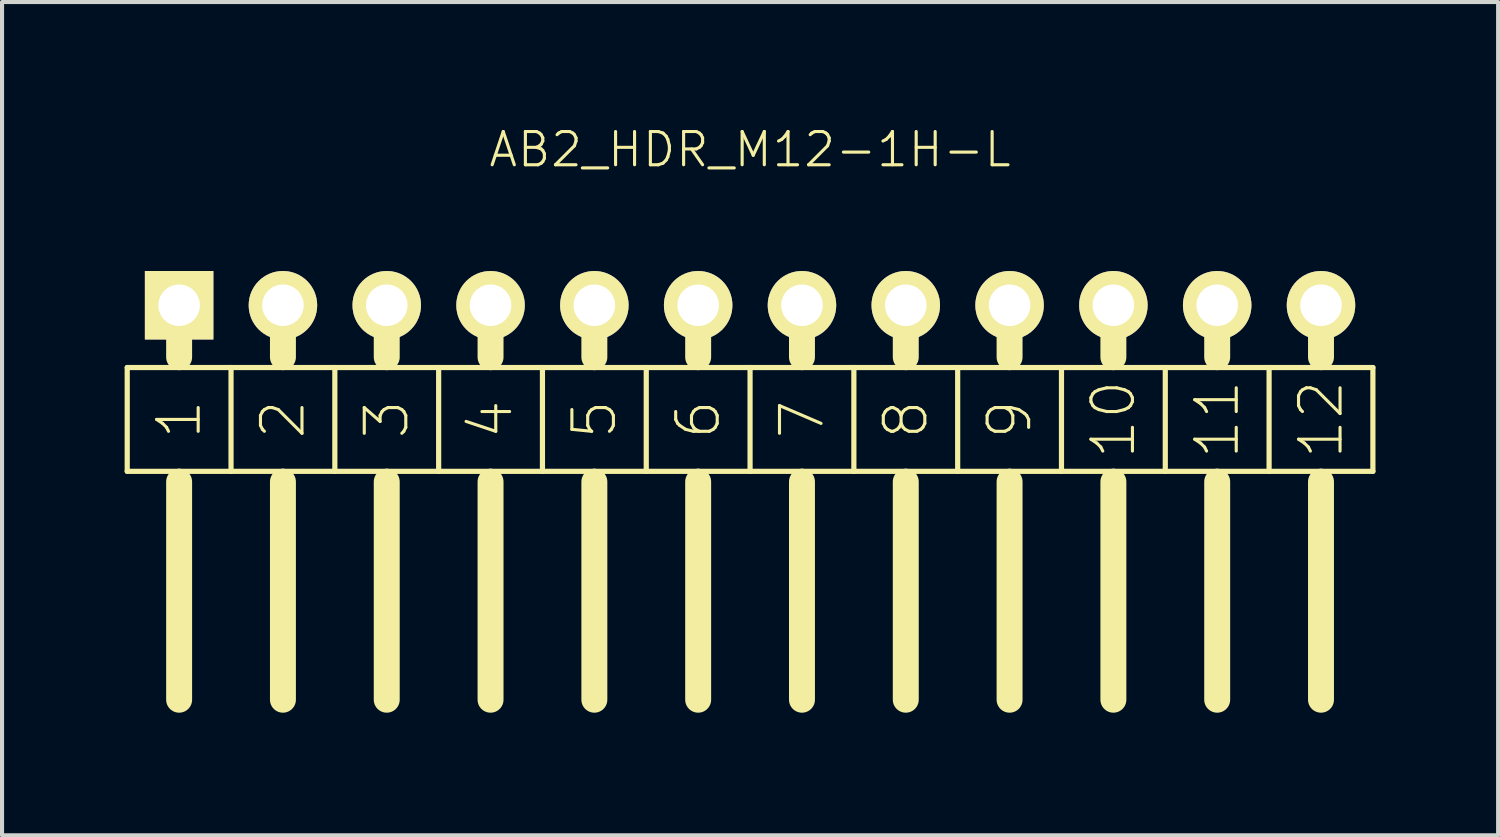
<source format=kicad_pcb>
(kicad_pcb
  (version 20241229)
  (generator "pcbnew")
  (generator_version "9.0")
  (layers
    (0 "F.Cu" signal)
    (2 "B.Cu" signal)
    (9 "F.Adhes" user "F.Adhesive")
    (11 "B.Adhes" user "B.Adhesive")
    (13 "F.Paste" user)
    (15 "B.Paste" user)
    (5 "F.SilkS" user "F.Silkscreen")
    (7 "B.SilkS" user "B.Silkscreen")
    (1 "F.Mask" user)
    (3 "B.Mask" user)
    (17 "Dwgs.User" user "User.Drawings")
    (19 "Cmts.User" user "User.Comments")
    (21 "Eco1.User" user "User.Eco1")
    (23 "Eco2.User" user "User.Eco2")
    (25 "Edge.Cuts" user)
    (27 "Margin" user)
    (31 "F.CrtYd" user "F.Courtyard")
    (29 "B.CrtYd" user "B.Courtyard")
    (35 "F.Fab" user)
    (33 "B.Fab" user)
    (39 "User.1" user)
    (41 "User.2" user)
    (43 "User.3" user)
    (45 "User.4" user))
  (footprint "AB2_HDR_M12-1H-L"
    (layer "F.Cu")
    (at 15.303 4.419)
    (property "Reference" "AB2_HDR_M12-1H-L" (at 0 -3.81 0) (layer "F.SilkS") (effects (font (size 0.813 0.813) (thickness 0.076))))
    (attr through_hole)
    (fp_line (start -15.24 1.524) (end -15.24 4.064) (stroke (width 0.127) (type solid)) (layer "F.SilkS"))
    (fp_line (start -15.24 4.064) (end -13.97 4.064) (stroke (width 0.127) (type solid)) (layer "F.SilkS"))
    (fp_line (start -13.97 0) (end -13.97 1.27) (stroke (width 0.635) (type solid)) (layer "F.SilkS"))
    (fp_line (start -13.97 1.524) (end -15.24 1.524) (stroke (width 0.127) (type solid)) (layer "F.SilkS"))
    (fp_line (start -13.97 4.064) (end -12.7 4.064) (stroke (width 0.127) (type solid)) (layer "F.SilkS"))
    (fp_line (start -13.97 4.318) (end -13.97 9.652) (stroke (width 0.635) (type solid)) (layer "F.SilkS"))
    (fp_line (start -12.7 1.524) (end -13.97 1.524) (stroke (width 0.127) (type solid)) (layer "F.SilkS"))
    (fp_line (start -12.7 4.064) (end -12.7 1.524) (stroke (width 0.127) (type solid)) (layer "F.SilkS"))
    (fp_line (start -12.7 4.064) (end -11.43 4.064) (stroke (width 0.127) (type solid)) (layer "F.SilkS"))
    (fp_line (start -11.43 0) (end -11.43 1.27) (stroke (width 0.635) (type solid)) (layer "F.SilkS"))
    (fp_line (start -11.43 1.524) (end -12.7 1.524) (stroke (width 0.127) (type solid)) (layer "F.SilkS"))
    (fp_line (start -11.43 4.064) (end -10.16 4.064) (stroke (width 0.127) (type solid)) (layer "F.SilkS"))
    (fp_line (start -11.43 4.318) (end -11.43 9.652) (stroke (width 0.635) (type solid)) (layer "F.SilkS"))
    (fp_line (start -10.16 1.524) (end -11.43 1.524) (stroke (width 0.127) (type solid)) (layer "F.SilkS"))
    (fp_line (start -10.16 4.064) (end -10.16 1.524) (stroke (width 0.127) (type solid)) (layer "F.SilkS"))
    (fp_line (start -10.16 4.064) (end -8.89 4.064) (stroke (width 0.127) (type solid)) (layer "F.SilkS"))
    (fp_line (start -8.89 0) (end -8.89 1.27) (stroke (width 0.635) (type solid)) (layer "F.SilkS"))
    (fp_line (start -8.89 1.524) (end -10.16 1.524) (stroke (width 0.127) (type solid)) (layer "F.SilkS"))
    (fp_line (start -8.89 4.064) (end -7.62 4.064) (stroke (width 0.127) (type solid)) (layer "F.SilkS"))
    (fp_line (start -8.89 4.318) (end -8.89 9.652) (stroke (width 0.635) (type solid)) (layer "F.SilkS"))
    (fp_line (start -7.62 1.524) (end -8.89 1.524) (stroke (width 0.127) (type solid)) (layer "F.SilkS"))
    (fp_line (start -7.62 4.064) (end -7.62 1.524) (stroke (width 0.127) (type solid)) (layer "F.SilkS"))
    (fp_line (start -7.62 4.064) (end -6.35 4.064) (stroke (width 0.127) (type solid)) (layer "F.SilkS"))
    (fp_line (start -6.35 0) (end -6.35 1.27) (stroke (width 0.635) (type solid)) (layer "F.SilkS"))
    (fp_line (start -6.35 1.524) (end -7.62 1.524) (stroke (width 0.127) (type solid)) (layer "F.SilkS"))
    (fp_line (start -6.35 4.064) (end -5.08 4.064) (stroke (width 0.127) (type solid)) (layer "F.SilkS"))
    (fp_line (start -6.35 4.318) (end -6.35 9.652) (stroke (width 0.635) (type solid)) (layer "F.SilkS"))
    (fp_line (start -5.08 1.524) (end -6.35 1.524) (stroke (width 0.127) (type solid)) (layer "F.SilkS"))
    (fp_line (start -5.08 4.064) (end -5.08 1.524) (stroke (width 0.127) (type solid)) (layer "F.SilkS"))
    (fp_line (start -5.08 4.064) (end -3.81 4.064) (stroke (width 0.127) (type solid)) (layer "F.SilkS"))
    (fp_line (start -3.81 0) (end -3.81 1.27) (stroke (width 0.635) (type solid)) (layer "F.SilkS"))
    (fp_line (start -3.81 1.524) (end -5.08 1.524) (stroke (width 0.127) (type solid)) (layer "F.SilkS"))
    (fp_line (start -3.81 4.064) (end -2.54 4.064) (stroke (width 0.127) (type solid)) (layer "F.SilkS"))
    (fp_line (start -3.81 4.318) (end -3.81 9.652) (stroke (width 0.635) (type solid)) (layer "F.SilkS"))
    (fp_line (start -2.54 1.524) (end -3.81 1.524) (stroke (width 0.127) (type solid)) (layer "F.SilkS"))
    (fp_line (start -2.54 4.064) (end -2.54 1.524) (stroke (width 0.127) (type solid)) (layer "F.SilkS"))
    (fp_line (start -2.54 4.064) (end -1.27 4.064) (stroke (width 0.127) (type solid)) (layer "F.SilkS"))
    (fp_line (start -1.27 0) (end -1.27 1.27) (stroke (width 0.635) (type solid)) (layer "F.SilkS"))
    (fp_line (start -1.27 1.524) (end -2.54 1.524) (stroke (width 0.127) (type solid)) (layer "F.SilkS"))
    (fp_line (start -1.27 4.064) (end 0 4.064) (stroke (width 0.127) (type solid)) (layer "F.SilkS"))
    (fp_line (start -1.27 4.318) (end -1.27 9.652) (stroke (width 0.635) (type solid)) (layer "F.SilkS"))
    (fp_line (start 0 1.524) (end -1.27 1.524) (stroke (width 0.127) (type solid)) (layer "F.SilkS"))
    (fp_line (start 0 4.064) (end 0 1.524) (stroke (width 0.127) (type solid)) (layer "F.SilkS"))
    (fp_line (start 0 4.064) (end 1.27 4.064) (stroke (width 0.127) (type solid)) (layer "F.SilkS"))
    (fp_line (start 1.27 0) (end 1.27 1.27) (stroke (width 0.635) (type solid)) (layer "F.SilkS"))
    (fp_line (start 1.27 1.524) (end 0 1.524) (stroke (width 0.127) (type solid)) (layer "F.SilkS"))
    (fp_line (start 1.27 4.064) (end 2.54 4.064) (stroke (width 0.127) (type solid)) (layer "F.SilkS"))
    (fp_line (start 1.27 4.318) (end 1.27 9.652) (stroke (width 0.635) (type solid)) (layer "F.SilkS"))
    (fp_line (start 2.54 1.524) (end 1.27 1.524) (stroke (width 0.127) (type solid)) (layer "F.SilkS"))
    (fp_line (start 2.54 4.064) (end 2.54 1.524) (stroke (width 0.127) (type solid)) (layer "F.SilkS"))
    (fp_line (start 2.54 4.064) (end 3.81 4.064) (stroke (width 0.127) (type solid)) (layer "F.SilkS"))
    (fp_line (start 3.81 0) (end 3.81 1.27) (stroke (width 0.635) (type solid)) (layer "F.SilkS"))
    (fp_line (start 3.81 1.524) (end 2.54 1.524) (stroke (width 0.127) (type solid)) (layer "F.SilkS"))
    (fp_line (start 3.81 4.064) (end 5.08 4.064) (stroke (width 0.127) (type solid)) (layer "F.SilkS"))
    (fp_line (start 3.81 4.318) (end 3.81 9.652) (stroke (width 0.635) (type solid)) (layer "F.SilkS"))
    (fp_line (start 5.08 1.524) (end 3.81 1.524) (stroke (width 0.127) (type solid)) (layer "F.SilkS"))
    (fp_line (start 5.08 4.064) (end 5.08 1.524) (stroke (width 0.127) (type solid)) (layer "F.SilkS"))
    (fp_line (start 5.08 4.064) (end 6.35 4.064) (stroke (width 0.127) (type solid)) (layer "F.SilkS"))
    (fp_line (start 6.35 0) (end 6.35 1.27) (stroke (width 0.635) (type solid)) (layer "F.SilkS"))
    (fp_line (start 6.35 1.524) (end 5.08 1.524) (stroke (width 0.127) (type solid)) (layer "F.SilkS"))
    (fp_line (start 6.35 4.064) (end 7.62 4.064) (stroke (width 0.127) (type solid)) (layer "F.SilkS"))
    (fp_line (start 6.35 4.318) (end 6.35 9.652) (stroke (width 0.635) (type solid)) (layer "F.SilkS"))
    (fp_line (start 7.62 1.524) (end 6.35 1.524) (stroke (width 0.127) (type solid)) (layer "F.SilkS"))
    (fp_line (start 7.62 4.064) (end 7.62 1.524) (stroke (width 0.127) (type solid)) (layer "F.SilkS"))
    (fp_line (start 7.62 4.064) (end 8.89 4.064) (stroke (width 0.127) (type solid)) (layer "F.SilkS"))
    (fp_line (start 8.89 0) (end 8.89 1.27) (stroke (width 0.635) (type solid)) (layer "F.SilkS"))
    (fp_line (start 8.89 1.524) (end 7.62 1.524) (stroke (width 0.127) (type solid)) (layer "F.SilkS"))
    (fp_line (start 8.89 4.064) (end 10.16 4.064) (stroke (width 0.127) (type solid)) (layer "F.SilkS"))
    (fp_line (start 8.89 4.318) (end 8.89 9.652) (stroke (width 0.635) (type solid)) (layer "F.SilkS"))
    (fp_line (start 10.16 1.524) (end 8.89 1.524) (stroke (width 0.127) (type solid)) (layer "F.SilkS"))
    (fp_line (start 10.16 4.064) (end 10.16 1.524) (stroke (width 0.127) (type solid)) (layer "F.SilkS"))
    (fp_line (start 10.16 4.064) (end 11.43 4.064) (stroke (width 0.127) (type solid)) (layer "F.SilkS"))
    (fp_line (start 11.43 0) (end 11.43 1.27) (stroke (width 0.635) (type solid)) (layer "F.SilkS"))
    (fp_line (start 11.43 1.524) (end 10.16 1.524) (stroke (width 0.127) (type solid)) (layer "F.SilkS"))
    (fp_line (start 11.43 4.064) (end 12.7 4.064) (stroke (width 0.127) (type solid)) (layer "F.SilkS"))
    (fp_line (start 11.43 4.318) (end 11.43 9.652) (stroke (width 0.635) (type solid)) (layer "F.SilkS"))
    (fp_line (start 12.7 1.524) (end 11.43 1.524) (stroke (width 0.127) (type solid)) (layer "F.SilkS"))
    (fp_line (start 12.7 4.064) (end 12.7 1.524) (stroke (width 0.127) (type solid)) (layer "F.SilkS"))
    (fp_line (start 12.7 4.064) (end 13.97 4.064) (stroke (width 0.127) (type solid)) (layer "F.SilkS"))
    (fp_line (start 13.97 0) (end 13.97 1.27) (stroke (width 0.635) (type solid)) (layer "F.SilkS"))
    (fp_line (start 13.97 1.524) (end 12.7 1.524) (stroke (width 0.127) (type solid)) (layer "F.SilkS"))
    (fp_line (start 13.97 4.064) (end 15.24 4.064) (stroke (width 0.127) (type solid)) (layer "F.SilkS"))
    (fp_line (start 13.97 4.318) (end 13.97 9.652) (stroke (width 0.635) (type solid)) (layer "F.SilkS"))
    (fp_line (start 15.24 1.524) (end 13.97 1.524) (stroke (width 0.127) (type solid)) (layer "F.SilkS"))
    (fp_line (start 15.24 4.064) (end 15.24 1.524) (stroke (width 0.127) (type solid)) (layer "F.SilkS"))
    (fp_text user "7" (at 1.27 2.794 90) (layer "F.SilkS") (effects (font (size 1.016 1.016) (thickness 0.076))))
    (fp_text user "10" (at 8.89 2.794 90) (layer "F.SilkS") (effects (font (size 1.016 1.016) (thickness 0.076))))
    (fp_text user "8" (at 3.81 2.794 90) (layer "F.SilkS") (effects (font (size 1.016 1.016) (thickness 0.076))))
    (fp_text user "11" (at 11.43 2.794 90) (layer "F.SilkS") (effects (font (size 1.016 1.016) (thickness 0.076))))
    (fp_text user "5" (at -3.81 2.794 90) (layer "F.SilkS") (effects (font (size 1.016 1.016) (thickness 0.076))))
    (fp_text user "3" (at -8.89 2.794 90) (layer "F.SilkS") (effects (font (size 1.016 1.016) (thickness 0.076))))
    (fp_text user "1" (at -13.97 2.794 90) (layer "F.SilkS") (effects (font (size 1.016 1.016) (thickness 0.076))))
    (fp_text user "9" (at 6.35 2.794 90) (layer "F.SilkS") (effects (font (size 1.016 1.016) (thickness 0.076))))
    (fp_text user "6" (at -1.27 2.794 90) (layer "F.SilkS") (effects (font (size 1.016 1.016) (thickness 0.076))))
    (fp_text user "2" (at -11.43 2.794 90) (layer "F.SilkS") (effects (font (size 1.016 1.016) (thickness 0.076))))
    (fp_text user "12" (at 13.97 2.794 90) (layer "F.SilkS") (effects (font (size 1.016 1.016) (thickness 0.076))))
    (fp_text user "4" (at -6.35 2.794 90) (layer "F.SilkS") (effects (font (size 1.016 1.016) (thickness 0.076))))
    (pad "1" thru_hole rect (at -13.97 0) (size 1.676 1.676) (drill 1.016) (layers "*.Cu" "*.Mask" "F.SilkS"))
    (pad "2" thru_hole circle (at -11.43 0) (size 1.676 1.676) (drill 1.016) (layers "*.Cu" "*.Mask" "F.SilkS"))
    (pad "3" thru_hole circle (at -8.89 0) (size 1.676 1.676) (drill 1.016) (layers "*.Cu" "*.Mask" "F.SilkS"))
    (pad "4" thru_hole circle (at -6.35 0) (size 1.676 1.676) (drill 1.016) (layers "*.Cu" "*.Mask" "F.SilkS"))
    (pad "5" thru_hole circle (at -3.81 0) (size 1.676 1.676) (drill 1.016) (layers "*.Cu" "*.Mask" "F.SilkS"))
    (pad "6" thru_hole circle (at -1.27 0) (size 1.676 1.676) (drill 1.016) (layers "*.Cu" "*.Mask" "F.SilkS"))
    (pad "7" thru_hole circle (at 1.27 0) (size 1.676 1.676) (drill 1.016) (layers "*.Cu" "*.Mask" "F.SilkS"))
    (pad "8" thru_hole circle (at 3.81 0) (size 1.676 1.676) (drill 1.016) (layers "*.Cu" "*.Mask" "F.SilkS"))
    (pad "9" thru_hole circle (at 6.35 0) (size 1.676 1.676) (drill 1.016) (layers "*.Cu" "*.Mask" "F.SilkS"))
    (pad "10" thru_hole circle (at 8.89 0) (size 1.676 1.676) (drill 1.016) (layers "*.Cu" "*.Mask" "F.SilkS"))
    (pad "11" thru_hole circle (at 11.43 0) (size 1.676 1.676) (drill 1.016) (layers "*.Cu" "*.Mask" "F.SilkS"))
    (pad "12" thru_hole circle (at 13.97 0) (size 1.676 1.676) (drill 1.016) (layers "*.Cu" "*.Mask" "F.SilkS")))
  (gr_rect
    (start -3 -3)
    (end 33.607 17.389)
    (stroke (width 0.1) (type default))
    (fill no)
    (layer "Edge.Cuts")))
</source>
